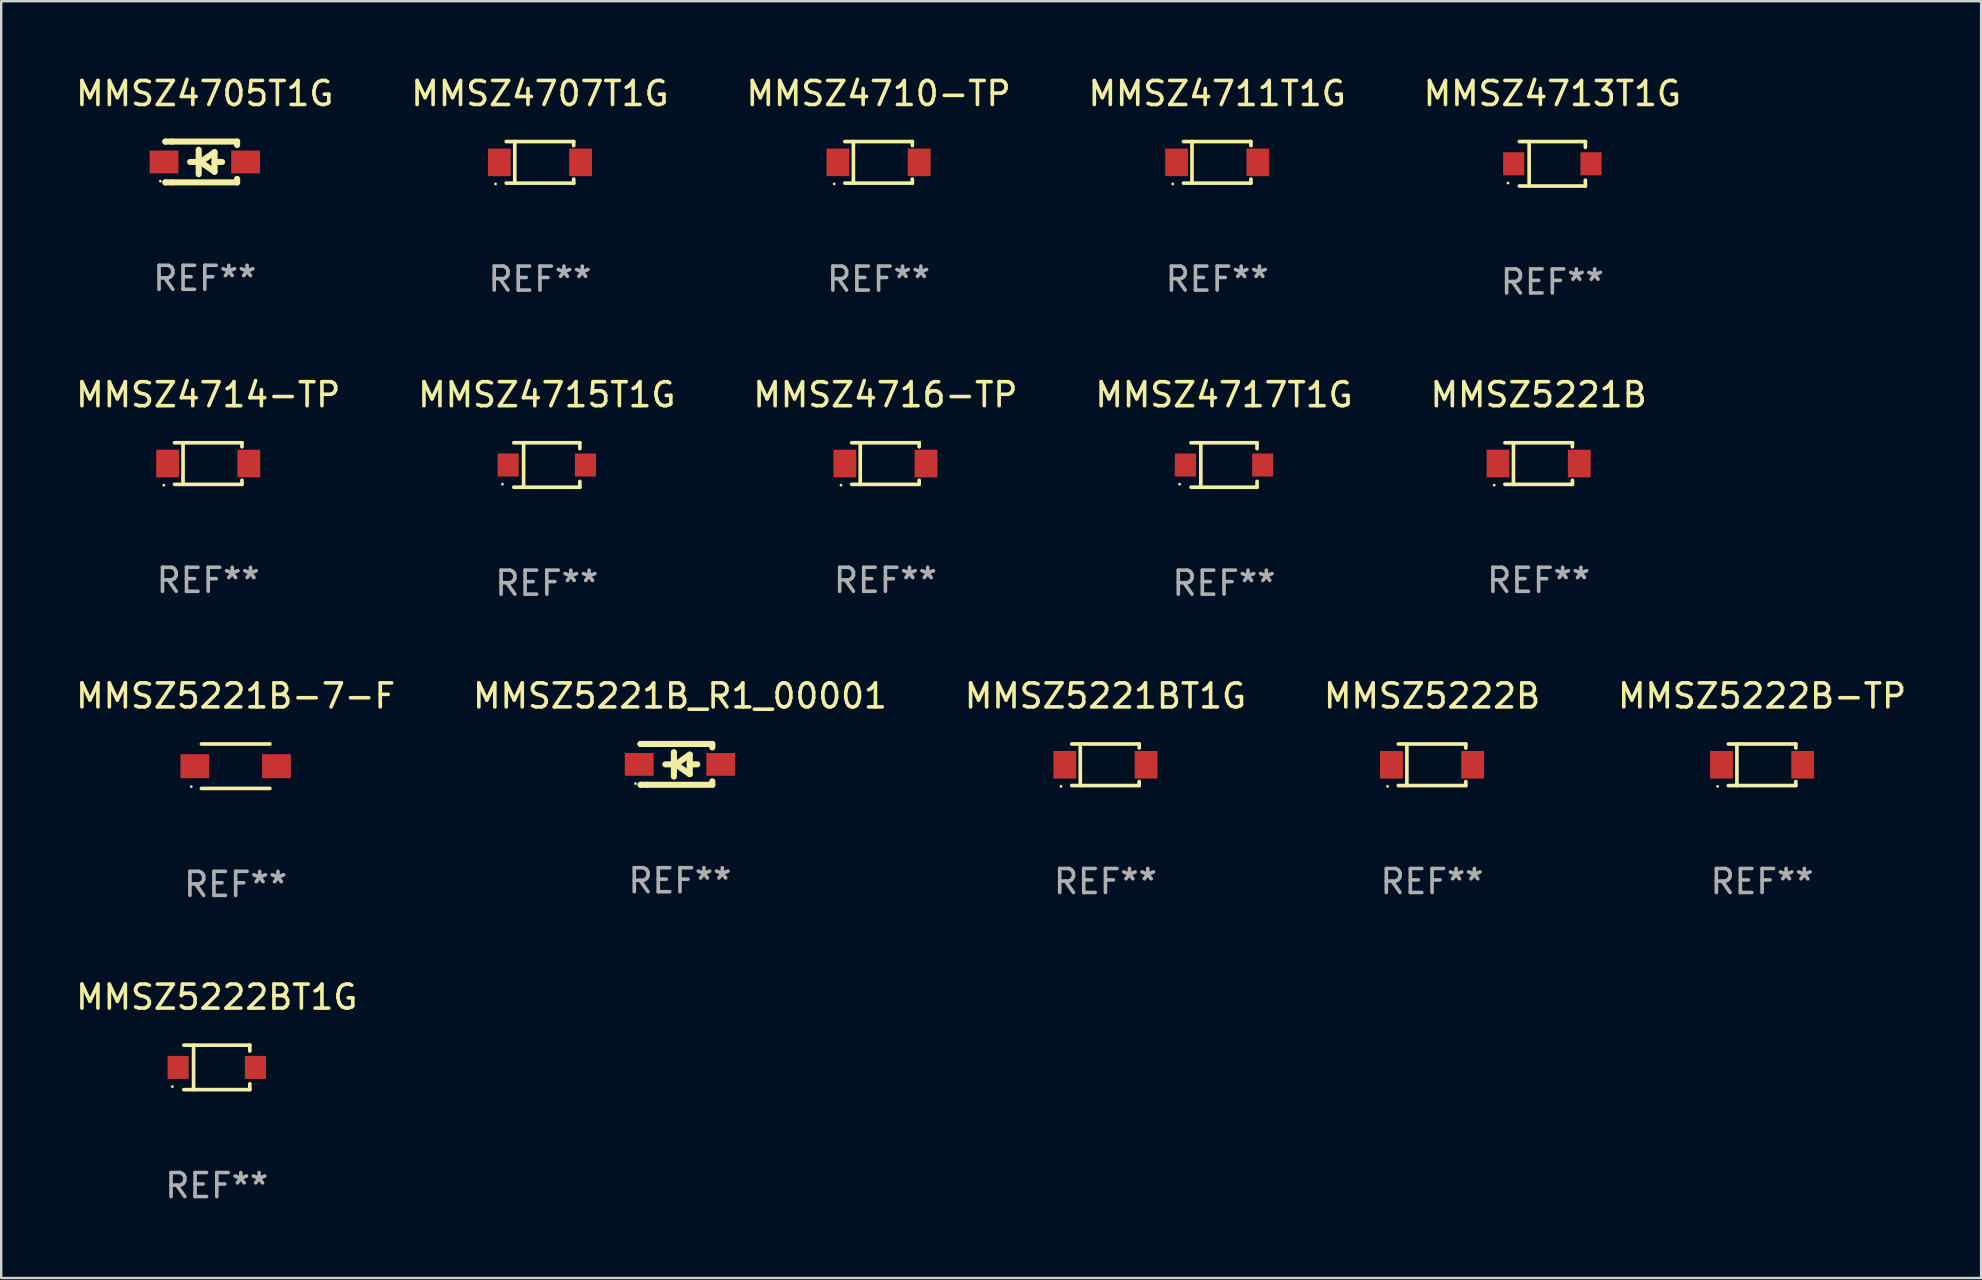
<source format=kicad_pcb>
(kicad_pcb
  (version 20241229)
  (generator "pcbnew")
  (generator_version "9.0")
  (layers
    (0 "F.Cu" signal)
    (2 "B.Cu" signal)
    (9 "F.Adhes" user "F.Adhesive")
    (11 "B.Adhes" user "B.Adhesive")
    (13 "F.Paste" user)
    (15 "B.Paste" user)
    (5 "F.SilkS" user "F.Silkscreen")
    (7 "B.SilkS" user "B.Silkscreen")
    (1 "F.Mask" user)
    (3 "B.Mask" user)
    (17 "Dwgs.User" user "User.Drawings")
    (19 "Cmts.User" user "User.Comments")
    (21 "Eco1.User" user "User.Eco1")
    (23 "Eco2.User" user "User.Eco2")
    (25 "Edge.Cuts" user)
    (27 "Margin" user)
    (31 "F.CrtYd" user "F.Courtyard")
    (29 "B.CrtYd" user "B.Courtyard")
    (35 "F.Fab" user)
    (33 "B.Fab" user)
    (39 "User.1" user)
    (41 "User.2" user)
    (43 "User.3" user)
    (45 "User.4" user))
  (footprint "MMSZ4705T1G"
    (layer "F.Cu")
    (at 5.482 3.698)
    (property "Reference" "MMSZ4705T1G" (at 0 -2.85 0) (layer "F.SilkS") (effects (font (size 1 1) (thickness 0.15))))
    (attr through_hole)
    (fp_line (start -1.643 -0.85) (end -1.644 -0.849) (stroke (width 0.254) (type solid)) (layer "F.SilkS"))
    (fp_line (start -1.638 0.85) (end -1.639 0.849) (stroke (width 0.254) (type solid)) (layer "F.SilkS"))
    (fp_line (start -1.346 -0.85) (end -1.643 -0.85) (stroke (width 0.254) (type solid)) (layer "F.SilkS"))
    (fp_line (start -1.346 -0.85) (end 1.346 -0.85) (stroke (width 0.254) (type solid)) (layer "F.SilkS"))
    (fp_line (start -1.346 0.85) (end -1.638 0.85) (stroke (width 0.254) (type solid)) (layer "F.SilkS"))
    (fp_line (start -0.28 0) (end -0.61 0) (stroke (width 0.254) (type solid)) (layer "F.SilkS"))
    (fp_line (start -0.254 -0.508) (end -0.254 0.508) (stroke (width 0.254) (type solid)) (layer "F.SilkS"))
    (fp_line (start -0.178 0) (end 0.406 -0.406) (stroke (width 0.254) (type solid)) (layer "F.SilkS"))
    (fp_line (start 0.406 -0.406) (end 0.406 0.406) (stroke (width 0.254) (type solid)) (layer "F.SilkS"))
    (fp_line (start 0.406 -0.000254) (end 0.72 -0.000254) (stroke (width 0.254) (type solid)) (layer "F.SilkS"))
    (fp_line (start 0.406 0.406) (end -0.178 0) (stroke (width 0.254) (type solid)) (layer "F.SilkS"))
    (fp_line (start 1.346 -0.85) (end 1.346 -0.706) (stroke (width 0.254) (type solid)) (layer "F.SilkS"))
    (fp_line (start 1.346 0.706) (end 1.346 0.85) (stroke (width 0.254) (type solid)) (layer "F.SilkS"))
    (fp_line (start 1.346 0.85) (end -1.346 0.85) (stroke (width 0.254) (type solid)) (layer "F.SilkS"))
    (fp_circle (center -1.85 0.8) (end -1.82 0.8) (stroke (width 0.06) (type solid)) (fill no) (layer "F.SilkS"))
    (fp_text user "REF**" (at 0 4.85 0) (layer "F.Fab") (effects (font (size 1 1) (thickness 0.15))))
    (pad "1" smd rect (at -1.7 0) (size 1.2 0.95) (layers "F.Cu" "F.Mask" "F.Paste"))
    (pad "2" smd rect (at 1.7 0) (size 1.2 0.95) (layers "F.Cu" "F.Mask" "F.Paste")))
  (footprint "MMSZ4711T1G"
    (layer "F.Cu")
    (at 47.661 3.714)
    (property "Reference" "MMSZ4711T1G" (at 0 -2.866 0) (layer "F.SilkS") (effects (font (size 1 1) (thickness 0.15))))
    (attr through_hole)
    (fp_line (start -1.406 -0.866) (end 1.406 -0.866) (stroke (width 0.152) (type solid)) (layer "F.SilkS"))
    (fp_line (start -1.406 0.866) (end 1.406 0.866) (stroke (width 0.152) (type solid)) (layer "F.SilkS"))
    (fp_line (start -1.049 -0.866) (end -1.049 0.866) (stroke (width 0.152) (type solid)) (layer "F.SilkS"))
    (fp_line (start 1.406 -0.866) (end 1.406 -0.698) (stroke (width 0.152) (type solid)) (layer "F.SilkS"))
    (fp_line (start 1.406 0.866) (end 1.406 0.698) (stroke (width 0.152) (type solid)) (layer "F.SilkS"))
    (fp_circle (center -1.851 0.9) (end -1.821 0.9) (stroke (width 0.06) (type solid)) (fill no) (layer "F.SilkS"))
    (fp_text user "REF**" (at 0 4.866 0) (layer "F.Fab") (effects (font (size 1 1) (thickness 0.15))))
    (pad "1" smd rect (at -1.692 0) (size 0.95 1.15) (layers "F.Cu" "F.Mask" "F.Paste"))
    (pad "2" smd rect (at 1.692 0) (size 0.95 1.15) (layers "F.Cu" "F.Mask" "F.Paste")))
  (footprint "MMSZ4707T1G"
    (layer "F.Cu")
    (at 19.446 3.714)
    (property "Reference" "MMSZ4707T1G" (at 0 -2.866 0) (layer "F.SilkS") (effects (font (size 1 1) (thickness 0.15))))
    (attr through_hole)
    (fp_line (start -1.406 -0.866) (end 1.406 -0.866) (stroke (width 0.152) (type solid)) (layer "F.SilkS"))
    (fp_line (start -1.406 0.866) (end 1.406 0.866) (stroke (width 0.152) (type solid)) (layer "F.SilkS"))
    (fp_line (start -1.049 -0.866) (end -1.049 0.866) (stroke (width 0.152) (type solid)) (layer "F.SilkS"))
    (fp_line (start 1.406 -0.866) (end 1.406 -0.698) (stroke (width 0.152) (type solid)) (layer "F.SilkS"))
    (fp_line (start 1.406 0.866) (end 1.406 0.698) (stroke (width 0.152) (type solid)) (layer "F.SilkS"))
    (fp_circle (center -1.851 0.9) (end -1.821 0.9) (stroke (width 0.06) (type solid)) (fill no) (layer "F.SilkS"))
    (fp_text user "REF**" (at 0 4.866 0) (layer "F.Fab") (effects (font (size 1 1) (thickness 0.15))))
    (pad "1" smd rect (at -1.692 0) (size 0.95 1.15) (layers "F.Cu" "F.Mask" "F.Paste"))
    (pad "2" smd rect (at 1.692 0) (size 0.95 1.15) (layers "F.Cu" "F.Mask" "F.Paste")))
  (footprint "MMSZ4717T1G"
    (layer "F.Cu")
    (at 47.946 16.323)
    (property "Reference" "MMSZ4717T1G" (at 0 -2.926 0) (layer "F.SilkS") (effects (font (size 1 1) (thickness 0.15))))
    (attr through_hole)
    (fp_line (start -1.376 -0.926) (end 1.376 -0.926) (stroke (width 0.152) (type solid)) (layer "F.SilkS"))
    (fp_line (start -1.376 0.926) (end 1.376 0.926) (stroke (width 0.152) (type solid)) (layer "F.SilkS"))
    (fp_line (start -0.967 -0.926) (end -0.967 0.926) (stroke (width 0.152) (type solid)) (layer "F.SilkS"))
    (fp_line (start 1.376 -0.926) (end 1.376 -0.683) (stroke (width 0.152) (type solid)) (layer "F.SilkS"))
    (fp_line (start 1.376 0.926) (end 1.376 0.683) (stroke (width 0.152) (type solid)) (layer "F.SilkS"))
    (fp_circle (center -1.85 0.8) (end -1.82 0.8) (stroke (width 0.06) (type solid)) (fill no) (layer "F.SilkS"))
    (fp_text user "REF**" (at 0 4.926 0) (layer "F.Fab") (effects (font (size 1 1) (thickness 0.15))))
    (pad "1" smd rect (at -1.61 0) (size 0.88 0.96) (layers "F.Cu" "F.Mask" "F.Paste"))
    (pad "2" smd rect (at 1.61 0) (size 0.88 0.96) (layers "F.Cu" "F.Mask" "F.Paste")))
  (footprint "MMSZ4713T1G"
    (layer "F.Cu")
    (at 61.625 3.774)
    (property "Reference" "MMSZ4713T1G" (at 0 -2.926 0) (layer "F.SilkS") (effects (font (size 1 1) (thickness 0.15))))
    (attr through_hole)
    (fp_line (start -1.376 -0.926) (end 1.376 -0.926) (stroke (width 0.152) (type solid)) (layer "F.SilkS"))
    (fp_line (start -1.376 0.926) (end 1.376 0.926) (stroke (width 0.152) (type solid)) (layer "F.SilkS"))
    (fp_line (start -0.967 -0.926) (end -0.967 0.926) (stroke (width 0.152) (type solid)) (layer "F.SilkS"))
    (fp_line (start 1.376 -0.926) (end 1.376 -0.683) (stroke (width 0.152) (type solid)) (layer "F.SilkS"))
    (fp_line (start 1.376 0.926) (end 1.376 0.683) (stroke (width 0.152) (type solid)) (layer "F.SilkS"))
    (fp_circle (center -1.85 0.8) (end -1.82 0.8) (stroke (width 0.06) (type solid)) (fill no) (layer "F.SilkS"))
    (fp_text user "REF**" (at 0 4.926 0) (layer "F.Fab") (effects (font (size 1 1) (thickness 0.15))))
    (pad "1" smd rect (at -1.61 0) (size 0.88 0.96) (layers "F.Cu" "F.Mask" "F.Paste"))
    (pad "2" smd rect (at 1.61 0) (size 0.88 0.96) (layers "F.Cu" "F.Mask" "F.Paste")))
  (footprint "MMSZ5222B-TP"
    (layer "F.Cu")
    (at 70.363 28.812)
    (property "Reference" "MMSZ5222B-TP" (at 0 -2.866 0) (layer "F.SilkS") (effects (font (size 1 1) (thickness 0.15))))
    (attr through_hole)
    (fp_line (start -1.406 -0.866) (end 1.406 -0.866) (stroke (width 0.152) (type solid)) (layer "F.SilkS"))
    (fp_line (start -1.406 0.866) (end 1.406 0.866) (stroke (width 0.152) (type solid)) (layer "F.SilkS"))
    (fp_line (start -1.049 -0.866) (end -1.049 0.866) (stroke (width 0.152) (type solid)) (layer "F.SilkS"))
    (fp_line (start 1.406 -0.866) (end 1.406 -0.698) (stroke (width 0.152) (type solid)) (layer "F.SilkS"))
    (fp_line (start 1.406 0.866) (end 1.406 0.698) (stroke (width 0.152) (type solid)) (layer "F.SilkS"))
    (fp_circle (center -1.851 0.9) (end -1.821 0.9) (stroke (width 0.06) (type solid)) (fill no) (layer "F.SilkS"))
    (fp_text user "REF**" (at 0 4.866 0) (layer "F.Fab") (effects (font (size 1 1) (thickness 0.15))))
    (pad "1" smd rect (at -1.692 0) (size 0.95 1.15) (layers "F.Cu" "F.Mask" "F.Paste"))
    (pad "2" smd rect (at 1.692 0) (size 0.95 1.15) (layers "F.Cu" "F.Mask" "F.Paste")))
  (footprint "MMSZ4715T1G"
    (layer "F.Cu")
    (at 19.732 16.323)
    (property "Reference" "MMSZ4715T1G" (at 0 -2.926 0) (layer "F.SilkS") (effects (font (size 1 1) (thickness 0.15))))
    (attr through_hole)
    (fp_line (start -1.376 -0.926) (end 1.376 -0.926) (stroke (width 0.152) (type solid)) (layer "F.SilkS"))
    (fp_line (start -1.376 0.926) (end 1.376 0.926) (stroke (width 0.152) (type solid)) (layer "F.SilkS"))
    (fp_line (start -0.967 -0.926) (end -0.967 0.926) (stroke (width 0.152) (type solid)) (layer "F.SilkS"))
    (fp_line (start 1.376 -0.926) (end 1.376 -0.683) (stroke (width 0.152) (type solid)) (layer "F.SilkS"))
    (fp_line (start 1.376 0.926) (end 1.376 0.683) (stroke (width 0.152) (type solid)) (layer "F.SilkS"))
    (fp_circle (center -1.85 0.8) (end -1.82 0.8) (stroke (width 0.06) (type solid)) (fill no) (layer "F.SilkS"))
    (fp_text user "REF**" (at 0 4.926 0) (layer "F.Fab") (effects (font (size 1 1) (thickness 0.15))))
    (pad "1" smd rect (at -1.61 0) (size 0.88 0.96) (layers "F.Cu" "F.Mask" "F.Paste"))
    (pad "2" smd rect (at 1.61 0) (size 0.88 0.96) (layers "F.Cu" "F.Mask" "F.Paste")))
  (footprint "MMSZ5221B"
    (layer "F.Cu")
    (at 61.054 16.263)
    (property "Reference" "MMSZ5221B" (at 0 -2.866 0) (layer "F.SilkS") (effects (font (size 1 1) (thickness 0.15))))
    (attr through_hole)
    (fp_line (start -1.406 -0.866) (end 1.406 -0.866) (stroke (width 0.152) (type solid)) (layer "F.SilkS"))
    (fp_line (start -1.406 0.866) (end 1.406 0.866) (stroke (width 0.152) (type solid)) (layer "F.SilkS"))
    (fp_line (start -1.049 -0.866) (end -1.049 0.866) (stroke (width 0.152) (type solid)) (layer "F.SilkS"))
    (fp_line (start 1.406 -0.866) (end 1.406 -0.698) (stroke (width 0.152) (type solid)) (layer "F.SilkS"))
    (fp_line (start 1.406 0.866) (end 1.406 0.698) (stroke (width 0.152) (type solid)) (layer "F.SilkS"))
    (fp_circle (center -1.851 0.9) (end -1.821 0.9) (stroke (width 0.06) (type solid)) (fill no) (layer "F.SilkS"))
    (fp_text user "REF**" (at 0 4.866 0) (layer "F.Fab") (effects (font (size 1 1) (thickness 0.15))))
    (pad "1" smd rect (at -1.692 0) (size 0.95 1.15) (layers "F.Cu" "F.Mask" "F.Paste"))
    (pad "2" smd rect (at 1.692 0) (size 0.95 1.15) (layers "F.Cu" "F.Mask" "F.Paste")))
  (footprint "MMSZ4716-TP"
    (layer "F.Cu")
    (at 33.839 16.263)
    (property "Reference" "MMSZ4716-TP" (at 0 -2.866 0) (layer "F.SilkS") (effects (font (size 1 1) (thickness 0.15))))
    (attr through_hole)
    (fp_line (start -1.406 -0.866) (end 1.406 -0.866) (stroke (width 0.152) (type solid)) (layer "F.SilkS"))
    (fp_line (start -1.406 0.866) (end 1.406 0.866) (stroke (width 0.152) (type solid)) (layer "F.SilkS"))
    (fp_line (start -1.049 -0.866) (end -1.049 0.866) (stroke (width 0.152) (type solid)) (layer "F.SilkS"))
    (fp_line (start 1.406 -0.866) (end 1.406 -0.698) (stroke (width 0.152) (type solid)) (layer "F.SilkS"))
    (fp_line (start 1.406 0.866) (end 1.406 0.698) (stroke (width 0.152) (type solid)) (layer "F.SilkS"))
    (fp_circle (center -1.851 0.9) (end -1.821 0.9) (stroke (width 0.06) (type solid)) (fill no) (layer "F.SilkS"))
    (fp_text user "REF**" (at 0 4.866 0) (layer "F.Fab") (effects (font (size 1 1) (thickness 0.15))))
    (pad "1" smd rect (at -1.692 0) (size 0.95 1.15) (layers "F.Cu" "F.Mask" "F.Paste"))
    (pad "2" smd rect (at 1.692 0) (size 0.95 1.15) (layers "F.Cu" "F.Mask" "F.Paste")))
  (footprint "MMSZ4710-TP"
    (layer "F.Cu")
    (at 33.554 3.714)
    (property "Reference" "MMSZ4710-TP" (at 0 -2.866 0) (layer "F.SilkS") (effects (font (size 1 1) (thickness 0.15))))
    (attr through_hole)
    (fp_line (start -1.406 -0.866) (end 1.406 -0.866) (stroke (width 0.152) (type solid)) (layer "F.SilkS"))
    (fp_line (start -1.406 0.866) (end 1.406 0.866) (stroke (width 0.152) (type solid)) (layer "F.SilkS"))
    (fp_line (start -1.049 -0.866) (end -1.049 0.866) (stroke (width 0.152) (type solid)) (layer "F.SilkS"))
    (fp_line (start 1.406 -0.866) (end 1.406 -0.698) (stroke (width 0.152) (type solid)) (layer "F.SilkS"))
    (fp_line (start 1.406 0.866) (end 1.406 0.698) (stroke (width 0.152) (type solid)) (layer "F.SilkS"))
    (fp_circle (center -1.851 0.9) (end -1.821 0.9) (stroke (width 0.06) (type solid)) (fill no) (layer "F.SilkS"))
    (fp_text user "REF**" (at 0 4.866 0) (layer "F.Fab") (effects (font (size 1 1) (thickness 0.15))))
    (pad "1" smd rect (at -1.692 0) (size 0.95 1.15) (layers "F.Cu" "F.Mask" "F.Paste"))
    (pad "2" smd rect (at 1.692 0) (size 0.95 1.15) (layers "F.Cu" "F.Mask" "F.Paste")))
  (footprint "MMSZ5222BT1G"
    (layer "F.Cu")
    (at 5.982 41.421)
    (property "Reference" "MMSZ5222BT1G" (at 0 -2.926 0) (layer "F.SilkS") (effects (font (size 1 1) (thickness 0.15))))
    (attr through_hole)
    (fp_line (start -1.376 -0.926) (end 1.376 -0.926) (stroke (width 0.152) (type solid)) (layer "F.SilkS"))
    (fp_line (start -1.376 0.926) (end 1.376 0.926) (stroke (width 0.152) (type solid)) (layer "F.SilkS"))
    (fp_line (start -0.967 -0.926) (end -0.967 0.926) (stroke (width 0.152) (type solid)) (layer "F.SilkS"))
    (fp_line (start 1.376 -0.926) (end 1.376 -0.683) (stroke (width 0.152) (type solid)) (layer "F.SilkS"))
    (fp_line (start 1.376 0.926) (end 1.376 0.683) (stroke (width 0.152) (type solid)) (layer "F.SilkS"))
    (fp_circle (center -1.85 0.8) (end -1.82 0.8) (stroke (width 0.06) (type solid)) (fill no) (layer "F.SilkS"))
    (fp_text user "REF**" (at 0 4.926 0) (layer "F.Fab") (effects (font (size 1 1) (thickness 0.15))))
    (pad "1" smd rect (at -1.61 0) (size 0.88 0.96) (layers "F.Cu" "F.Mask" "F.Paste"))
    (pad "2" smd rect (at 1.61 0) (size 0.88 0.96) (layers "F.Cu" "F.Mask" "F.Paste")))
  (footprint "MMSZ5221B-7-F"
    (layer "F.Cu")
    (at 6.768 28.872)
    (property "Reference" "MMSZ5221B-7-F" (at 0 -2.926 0) (layer "F.SilkS") (effects (font (size 1 1) (thickness 0.15))))
    (attr through_hole)
    (fp_line (start -1.426 -0.926) (end 1.426 -0.926) (stroke (width 0.152) (type solid)) (layer "F.SilkS"))
    (fp_line (start -1.426 0.926) (end 1.426 0.926) (stroke (width 0.152) (type solid)) (layer "F.SilkS"))
    (fp_circle (center -1.85 0.85) (end -1.82 0.85) (stroke (width 0.06) (type solid)) (fill no) (layer "F.SilkS"))
    (fp_text user "REF**" (at 0 4.926 0) (layer "F.Fab") (effects (font (size 1 1) (thickness 0.15))))
    (pad "1" smd rect (at -1.7 0.000013) (size 1.2 1) (layers "F.Cu" "F.Mask" "F.Paste"))
    (pad "2" smd rect (at 1.7 0.000013) (size 1.2 1) (layers "F.Cu" "F.Mask" "F.Paste")))
  (footprint "MMSZ4714-TP"
    (layer "F.Cu")
    (at 5.625 16.263)
    (property "Reference" "MMSZ4714-TP" (at 0 -2.866 0) (layer "F.SilkS") (effects (font (size 1 1) (thickness 0.15))))
    (attr through_hole)
    (fp_line (start -1.406 -0.866) (end 1.406 -0.866) (stroke (width 0.152) (type solid)) (layer "F.SilkS"))
    (fp_line (start -1.406 0.866) (end 1.406 0.866) (stroke (width 0.152) (type solid)) (layer "F.SilkS"))
    (fp_line (start -1.049 -0.866) (end -1.049 0.866) (stroke (width 0.152) (type solid)) (layer "F.SilkS"))
    (fp_line (start 1.406 -0.866) (end 1.406 -0.698) (stroke (width 0.152) (type solid)) (layer "F.SilkS"))
    (fp_line (start 1.406 0.866) (end 1.406 0.698) (stroke (width 0.152) (type solid)) (layer "F.SilkS"))
    (fp_circle (center -1.851 0.9) (end -1.821 0.9) (stroke (width 0.06) (type solid)) (fill no) (layer "F.SilkS"))
    (fp_text user "REF**" (at 0 4.866 0) (layer "F.Fab") (effects (font (size 1 1) (thickness 0.15))))
    (pad "1" smd rect (at -1.692 0) (size 0.95 1.15) (layers "F.Cu" "F.Mask" "F.Paste"))
    (pad "2" smd rect (at 1.692 0) (size 0.95 1.15) (layers "F.Cu" "F.Mask" "F.Paste")))
  (footprint "MMSZ5222B"
    (layer "F.Cu")
    (at 56.613 28.812)
    (property "Reference" "MMSZ5222B" (at 0 -2.866 0) (layer "F.SilkS") (effects (font (size 1 1) (thickness 0.15))))
    (attr through_hole)
    (fp_line (start -1.406 -0.866) (end 1.406 -0.866) (stroke (width 0.152) (type solid)) (layer "F.SilkS"))
    (fp_line (start -1.406 0.866) (end 1.406 0.866) (stroke (width 0.152) (type solid)) (layer "F.SilkS"))
    (fp_line (start -1.049 -0.866) (end -1.049 0.866) (stroke (width 0.152) (type solid)) (layer "F.SilkS"))
    (fp_line (start 1.406 -0.866) (end 1.406 -0.698) (stroke (width 0.152) (type solid)) (layer "F.SilkS"))
    (fp_line (start 1.406 0.866) (end 1.406 0.698) (stroke (width 0.152) (type solid)) (layer "F.SilkS"))
    (fp_circle (center -1.851 0.9) (end -1.821 0.9) (stroke (width 0.06) (type solid)) (fill no) (layer "F.SilkS"))
    (fp_text user "REF**" (at 0 4.866 0) (layer "F.Fab") (effects (font (size 1 1) (thickness 0.15))))
    (pad "1" smd rect (at -1.692 0) (size 0.95 1.15) (layers "F.Cu" "F.Mask" "F.Paste"))
    (pad "2" smd rect (at 1.692 0) (size 0.95 1.15) (layers "F.Cu" "F.Mask" "F.Paste")))
  (footprint "MMSZ5221BT1G"
    (layer "F.Cu")
    (at 43.006 28.812)
    (property "Reference" "MMSZ5221BT1G" (at 0 -2.866 0) (layer "F.SilkS") (effects (font (size 1 1) (thickness 0.15))))
    (attr through_hole)
    (fp_line (start -1.406 -0.866) (end 1.406 -0.866) (stroke (width 0.152) (type solid)) (layer "F.SilkS"))
    (fp_line (start -1.406 0.866) (end 1.406 0.866) (stroke (width 0.152) (type solid)) (layer "F.SilkS"))
    (fp_line (start -1.049 -0.866) (end -1.049 0.866) (stroke (width 0.152) (type solid)) (layer "F.SilkS"))
    (fp_line (start 1.406 -0.866) (end 1.406 -0.698) (stroke (width 0.152) (type solid)) (layer "F.SilkS"))
    (fp_line (start 1.406 0.866) (end 1.406 0.698) (stroke (width 0.152) (type solid)) (layer "F.SilkS"))
    (fp_circle (center -1.851 0.9) (end -1.821 0.9) (stroke (width 0.06) (type solid)) (fill no) (layer "F.SilkS"))
    (fp_text user "REF**" (at 0 4.866 0) (layer "F.Fab") (effects (font (size 1 1) (thickness 0.15))))
    (pad "1" smd rect (at -1.692 0) (size 0.95 1.15) (layers "F.Cu" "F.Mask" "F.Paste"))
    (pad "2" smd rect (at 1.692 0) (size 0.95 1.15) (layers "F.Cu" "F.Mask" "F.Paste")))
  (footprint "MMSZ5221B_R1_00001"
    (layer "F.Cu")
    (at 25.28 28.796)
    (property "Reference" "MMSZ5221B_R1_00001" (at 0 -2.85 0) (layer "F.SilkS") (effects (font (size 1 1) (thickness 0.15))))
    (attr through_hole)
    (fp_line (start -1.643 -0.85) (end -1.644 -0.849) (stroke (width 0.254) (type solid)) (layer "F.SilkS"))
    (fp_line (start -1.638 0.85) (end -1.639 0.849) (stroke (width 0.254) (type solid)) (layer "F.SilkS"))
    (fp_line (start -1.346 -0.85) (end -1.643 -0.85) (stroke (width 0.254) (type solid)) (layer "F.SilkS"))
    (fp_line (start -1.346 -0.85) (end 1.346 -0.85) (stroke (width 0.254) (type solid)) (layer "F.SilkS"))
    (fp_line (start -1.346 0.85) (end -1.638 0.85) (stroke (width 0.254) (type solid)) (layer "F.SilkS"))
    (fp_line (start -0.28 0) (end -0.61 0) (stroke (width 0.254) (type solid)) (layer "F.SilkS"))
    (fp_line (start -0.254 -0.508) (end -0.254 0.508) (stroke (width 0.254) (type solid)) (layer "F.SilkS"))
    (fp_line (start -0.178 0) (end 0.406 -0.406) (stroke (width 0.254) (type solid)) (layer "F.SilkS"))
    (fp_line (start 0.406 -0.406) (end 0.406 0.406) (stroke (width 0.254) (type solid)) (layer "F.SilkS"))
    (fp_line (start 0.406 -0.000254) (end 0.72 -0.000254) (stroke (width 0.254) (type solid)) (layer "F.SilkS"))
    (fp_line (start 0.406 0.406) (end -0.178 0) (stroke (width 0.254) (type solid)) (layer "F.SilkS"))
    (fp_line (start 1.346 -0.85) (end 1.346 -0.706) (stroke (width 0.254) (type solid)) (layer "F.SilkS"))
    (fp_line (start 1.346 0.706) (end 1.346 0.85) (stroke (width 0.254) (type solid)) (layer "F.SilkS"))
    (fp_line (start 1.346 0.85) (end -1.346 0.85) (stroke (width 0.254) (type solid)) (layer "F.SilkS"))
    (fp_circle (center -1.85 0.8) (end -1.82 0.8) (stroke (width 0.06) (type solid)) (fill no) (layer "F.SilkS"))
    (fp_text user "REF**" (at 0 4.85 0) (layer "F.Fab") (effects (font (size 1 1) (thickness 0.15))))
    (pad "1" smd rect (at -1.7 0) (size 1.2 0.95) (layers "F.Cu" "F.Mask" "F.Paste"))
    (pad "2" smd rect (at 1.7 0) (size 1.2 0.95) (layers "F.Cu" "F.Mask" "F.Paste")))
  (gr_rect
    (start -3 -3)
    (end 79.488 50.196)
    (stroke (width 0.1) (type default))
    (fill no)
    (layer "Edge.Cuts")))
</source>
